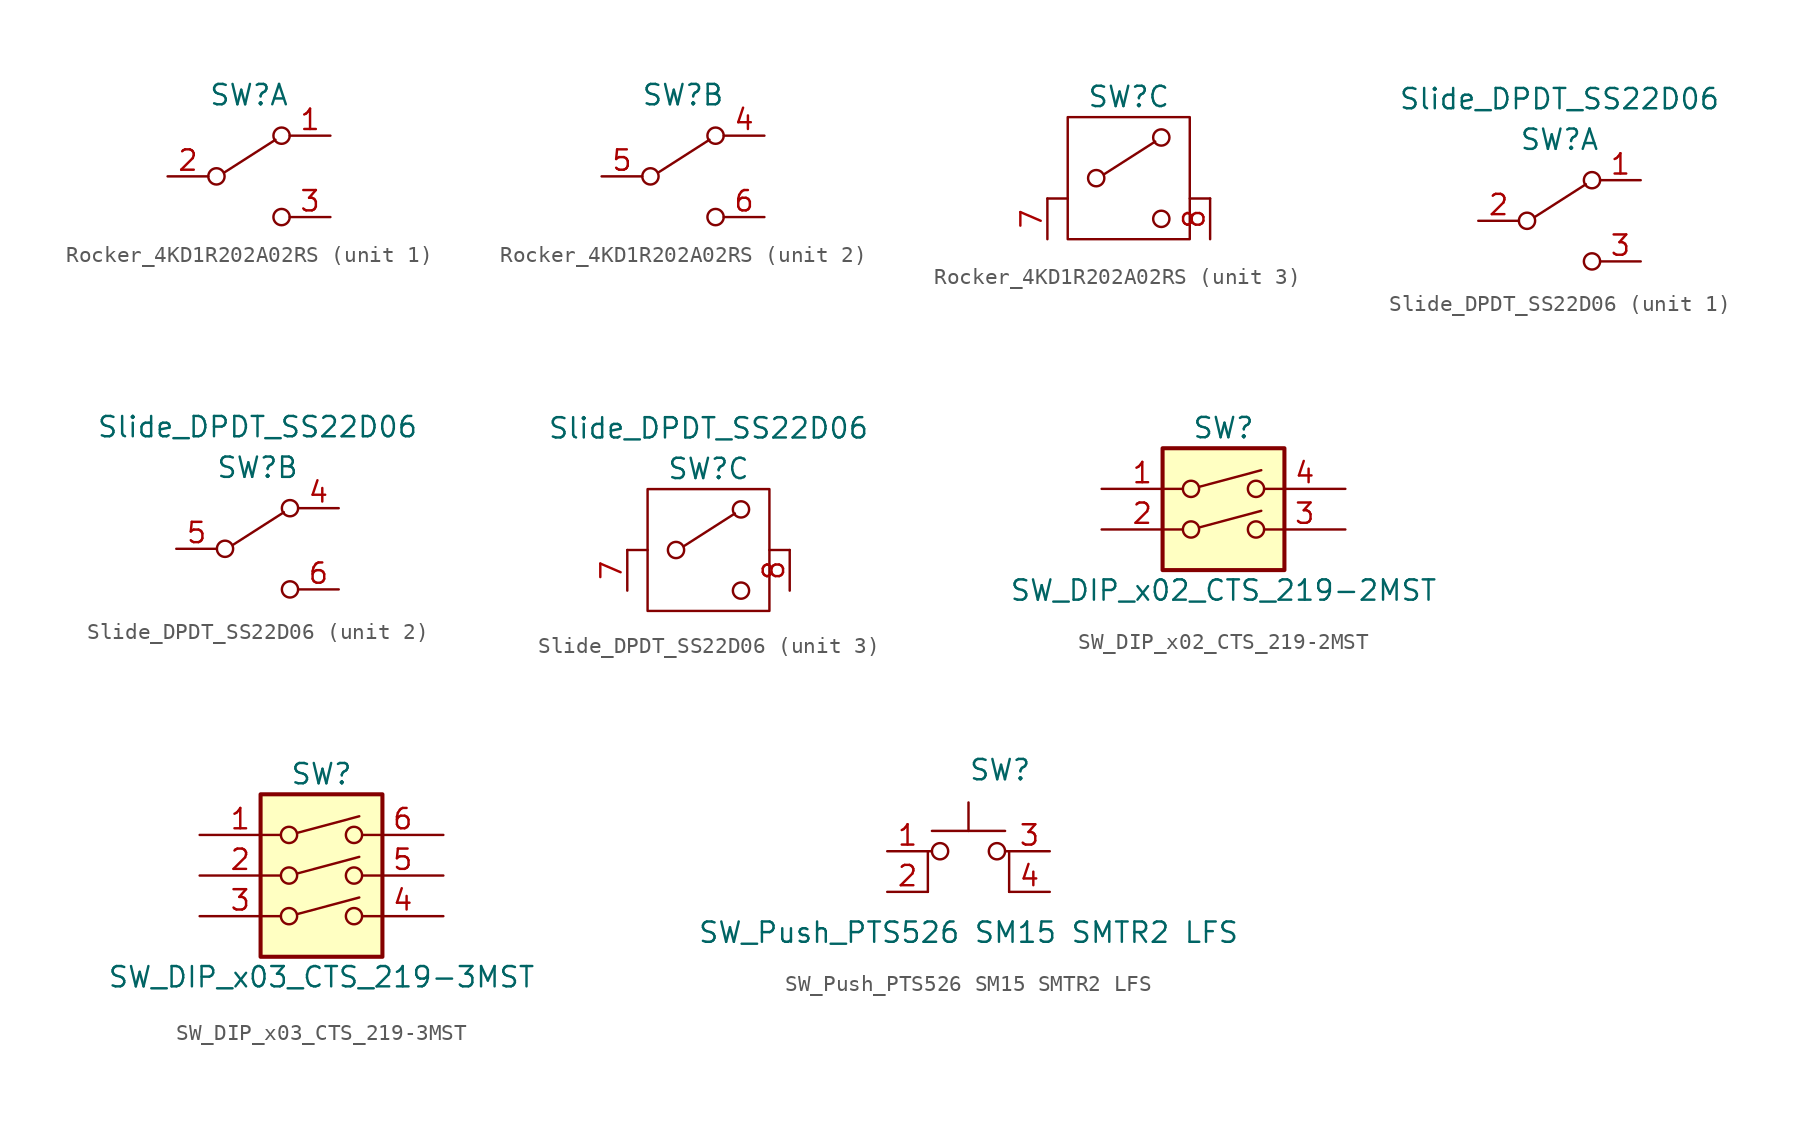
<source format=kicad_sym>
(kicad_symbol_lib
  (version 20241209)
  (generator "kicad_symbol_editor")
  (generator_version "9.0")
  (symbol "Rocker_4KD1R202A02RS"
    (pin_names
      (offset 0)
      (hide yes))
    (property "Reference" "SW"
      (at 0 5.08 0)
      (effects (font (size 1.27 1.27))))
    (property "ki_locked" ""
      (at 0 0 0)
      (effects (font (size 1.27 1.27))))
    (symbol "Rocker_4KD1R202A02RS_0_0"
      (circle (center -2.032 0) (radius 0.508) (stroke (width 0) (type default)) (fill (type none)))
      (circle (center 2.032 -2.54) (radius 0.508) (stroke (width 0) (type default)) (fill (type none))))
    (symbol "Rocker_4KD1R202A02RS_0_1"
      (polyline (pts (xy -1.524 0.254) (xy 1.651 2.286)) (stroke (width 0) (type default)) (fill (type none)))
      (circle (center 2.032 2.54) (radius 0.508) (stroke (width 0) (type default)) (fill (type none))))
    (symbol "Rocker_4KD1R202A02RS_1_1"
      (pin passive line (at -5.08 0 0) (length 2.54) (name "B" (effects (font (size 1.27 1.27)))) (number "2" (effects (font (size 1.27 1.27)))))
      (pin passive line (at 5.08 2.54 180) (length 2.54) (name "A" (effects (font (size 1.27 1.27)))) (number "1" (effects (font (size 1.27 1.27)))))
      (pin passive line (at 5.08 -2.54 180) (length 2.54) (name "C" (effects (font (size 1.27 1.27)))) (number "3" (effects (font (size 1.27 1.27))))))
    (symbol "Rocker_4KD1R202A02RS_2_1"
      (pin passive line (at -5.08 0 0) (length 2.54) (name "B" (effects (font (size 1.27 1.27)))) (number "5" (effects (font (size 1.27 1.27)))))
      (pin passive line (at 5.08 2.54 180) (length 2.54) (name "A" (effects (font (size 1.27 1.27)))) (number "4" (effects (font (size 1.27 1.27)))))
      (pin passive line (at 5.08 -2.54 180) (length 2.54) (name "C" (effects (font (size 1.27 1.27)))) (number "6" (effects (font (size 1.27 1.27))))))
    (symbol "Rocker_4KD1R202A02RS_3_1"
      (polyline (pts (xy -5.08 -1.27) (xy -3.81 -1.27)) (stroke (width 0) (type default)) (fill (type none)))
      (rectangle (start -3.81 3.81) (end 3.81 -3.81) (stroke (width 0) (type default)) (fill (type none)))
      (polyline (pts (xy 5.08 -1.27) (xy 3.81 -1.27)) (stroke (width 0) (type default)) (fill (type none)))
      (pin passive line (at -5.08 -3.81 90) (length 2.54) (name "SHIELD" (effects (font (size 1.27 1.27)))) (number "7" (effects (font (size 1.27 1.27)))))
      (pin passive line (at 5.08 -3.81 90) (length 2.54) (name "SHIELD" (effects (font (size 1.27 1.27)))) (number "8" (effects (font (size 1.27 1.27)))))))
  (symbol "Slide_DPDT_SS22D06"
    (pin_names
      (offset 0)
      (hide yes))
    (property "Reference" "SW"
      (at 0 5.08 0)
      (effects (font (size 1.27 1.27))))
    (property "Value" "Slide_DPDT_SS22D06"
      (at 0 7.62 0)
      (effects (font (size 1.27 1.27))))
    (property "ki_locked" ""
      (at 0 0 0)
      (effects (font (size 1.27 1.27))))
    (symbol "Slide_DPDT_SS22D06_0_0"
      (circle (center -2.032 0) (radius 0.508) (stroke (width 0) (type default)) (fill (type none)))
      (circle (center 2.032 -2.54) (radius 0.508) (stroke (width 0) (type default)) (fill (type none))))
    (symbol "Slide_DPDT_SS22D06_0_1"
      (polyline (pts (xy -1.524 0.254) (xy 1.651 2.286)) (stroke (width 0) (type default)) (fill (type none)))
      (circle (center 2.032 2.54) (radius 0.508) (stroke (width 0) (type default)) (fill (type none))))
    (symbol "Slide_DPDT_SS22D06_1_1"
      (pin passive line (at -5.08 0 0) (length 2.54) (name "B" (effects (font (size 1.27 1.27)))) (number "2" (effects (font (size 1.27 1.27)))))
      (pin passive line (at 5.08 2.54 180) (length 2.54) (name "A" (effects (font (size 1.27 1.27)))) (number "1" (effects (font (size 1.27 1.27)))))
      (pin passive line (at 5.08 -2.54 180) (length 2.54) (name "C" (effects (font (size 1.27 1.27)))) (number "3" (effects (font (size 1.27 1.27))))))
    (symbol "Slide_DPDT_SS22D06_2_1"
      (pin passive line (at -5.08 0 0) (length 2.54) (name "B" (effects (font (size 1.27 1.27)))) (number "5" (effects (font (size 1.27 1.27)))))
      (pin passive line (at 5.08 2.54 180) (length 2.54) (name "A" (effects (font (size 1.27 1.27)))) (number "4" (effects (font (size 1.27 1.27)))))
      (pin passive line (at 5.08 -2.54 180) (length 2.54) (name "C" (effects (font (size 1.27 1.27)))) (number "6" (effects (font (size 1.27 1.27))))))
    (symbol "Slide_DPDT_SS22D06_3_1"
      (polyline (pts (xy -5.08 0) (xy -3.81 0)) (stroke (width 0) (type default)) (fill (type none)))
      (rectangle (start -3.81 3.81) (end 3.81 -3.81) (stroke (width 0) (type default)) (fill (type none)))
      (polyline (pts (xy 5.08 0) (xy 3.81 0)) (stroke (width 0) (type default)) (fill (type none)))
      (pin passive line (at -5.08 -2.54 90) (length 2.54) (name "SHIELD" (effects (font (size 1.27 1.27)))) (number "7" (effects (font (size 1.27 1.27)))))
      (pin passive line (at 5.08 -2.54 90) (length 2.54) (name "SHIELD" (effects (font (size 1.27 1.27)))) (number "8" (effects (font (size 1.27 1.27)))))))
  (symbol "SW_DIP_x02_CTS_219-2MST"
    (pin_names
      (offset 0)
      (hide yes))
    (property "Reference" "SW"
      (at 0 6.35 0)
      (effects (font (size 1.27 1.27))))
    (property "Value" "SW_DIP_x02_CTS_219-2MST"
      (at 0 -3.81 0)
      (effects (font (size 1.27 1.27))))
    (symbol "SW_DIP_x02_CTS_219-2MST_0_0"
      (circle (center -2.032 2.54) (radius 0.508) (stroke (width 0) (type default)) (fill (type none)))
      (circle (center -2.032 0) (radius 0.508) (stroke (width 0) (type default)) (fill (type none)))
      (polyline (pts (xy -1.524 2.667) (xy 2.362 3.708)) (stroke (width 0) (type default)) (fill (type none)))
      (polyline (pts (xy -1.524 0.127) (xy 2.362 1.168)) (stroke (width 0) (type default)) (fill (type none)))
      (circle (center 2.032 2.54) (radius 0.508) (stroke (width 0) (type default)) (fill (type none)))
      (circle (center 2.032 0) (radius 0.508) (stroke (width 0) (type default)) (fill (type none))))
    (symbol "SW_DIP_x02_CTS_219-2MST_0_1"
      (rectangle (start -3.81 5.08) (end 3.81 -2.54) (stroke (width 0.254) (type default)) (fill (type background))))
    (symbol "SW_DIP_x02_CTS_219-2MST_1_1"
      (pin passive line (at -7.62 2.54 0) (length 5.08) (name "~" (effects (font (size 1.27 1.27)))) (number "1" (effects (font (size 1.27 1.27)))))
      (pin passive line (at -7.62 0 0) (length 5.08) (name "~" (effects (font (size 1.27 1.27)))) (number "2" (effects (font (size 1.27 1.27)))))
      (pin passive line (at 7.62 2.54 180) (length 5.08) (name "~" (effects (font (size 1.27 1.27)))) (number "4" (effects (font (size 1.27 1.27)))))
      (pin passive line (at 7.62 0 180) (length 5.08) (name "~" (effects (font (size 1.27 1.27)))) (number "3" (effects (font (size 1.27 1.27)))))))
  (symbol "SW_DIP_x03_CTS_219-3MST"
    (pin_names
      (offset 0)
      (hide yes))
    (property "Reference" "SW"
      (at 0 8.89 0)
      (effects (font (size 1.27 1.27))))
    (property "Value" "SW_DIP_x03_CTS_219-3MST"
      (at 0 -3.81 0)
      (effects (font (size 1.27 1.27))))
    (symbol "SW_DIP_x03_CTS_219-3MST_0_0"
      (circle (center -2.032 5.08) (radius 0.508) (stroke (width 0) (type default)) (fill (type none)))
      (circle (center -2.032 2.54) (radius 0.508) (stroke (width 0) (type default)) (fill (type none)))
      (circle (center -2.032 0) (radius 0.508) (stroke (width 0) (type default)) (fill (type none)))
      (polyline (pts (xy -1.524 5.207) (xy 2.362 6.248)) (stroke (width 0) (type default)) (fill (type none)))
      (polyline (pts (xy -1.524 2.667) (xy 2.362 3.708)) (stroke (width 0) (type default)) (fill (type none)))
      (polyline (pts (xy -1.524 0.127) (xy 2.362 1.168)) (stroke (width 0) (type default)) (fill (type none)))
      (circle (center 2.032 5.08) (radius 0.508) (stroke (width 0) (type default)) (fill (type none)))
      (circle (center 2.032 2.54) (radius 0.508) (stroke (width 0) (type default)) (fill (type none)))
      (circle (center 2.032 0) (radius 0.508) (stroke (width 0) (type default)) (fill (type none))))
    (symbol "SW_DIP_x03_CTS_219-3MST_0_1"
      (rectangle (start -3.81 7.62) (end 3.81 -2.54) (stroke (width 0.254) (type default)) (fill (type background))))
    (symbol "SW_DIP_x03_CTS_219-3MST_1_1"
      (pin passive line (at -7.62 5.08 0) (length 5.08) (name "~" (effects (font (size 1.27 1.27)))) (number "1" (effects (font (size 1.27 1.27)))))
      (pin passive line (at -7.62 2.54 0) (length 5.08) (name "~" (effects (font (size 1.27 1.27)))) (number "2" (effects (font (size 1.27 1.27)))))
      (pin passive line (at -7.62 0 0) (length 5.08) (name "~" (effects (font (size 1.27 1.27)))) (number "3" (effects (font (size 1.27 1.27)))))
      (pin passive line (at 7.62 5.08 180) (length 5.08) (name "~" (effects (font (size 1.27 1.27)))) (number "6" (effects (font (size 1.27 1.27)))))
      (pin passive line (at 7.62 2.54 180) (length 5.08) (name "~" (effects (font (size 1.27 1.27)))) (number "5" (effects (font (size 1.27 1.27)))))
      (pin passive line (at 7.62 0 180) (length 5.08) (name "~" (effects (font (size 1.27 1.27)))) (number "4" (effects (font (size 1.27 1.27)))))))
  (symbol "SW_Push_PTS526 SM15 SMTR2 LFS"
    (pin_names
      (offset 1.016)
      (hide yes))
    (property "Reference" "SW"
      (at 0 6.35 0)
      (effects (font (size 1.27 1.27)) (justify left)))
    (property "Value" "SW_Push_PTS526 SM15 SMTR2 LFS"
      (at 0 -3.81 0)
      (effects (font (size 1.27 1.27))))
    (symbol "SW_Push_PTS526 SM15 SMTR2 LFS_0_1"
      (polyline (pts (xy -2.54 -1.27) (xy -2.54 1.27) (xy -2.286 1.27)) (stroke (width 0) (type default)) (fill (type none)))
      (polyline (pts (xy -2.286 2.54) (xy 2.286 2.54)) (stroke (width 0) (type default)) (fill (type none)))
      (circle (center -1.778 1.27) (radius 0.508) (stroke (width 0) (type default)) (fill (type none)))
      (polyline (pts (xy 0 2.54) (xy 0 4.318)) (stroke (width 0) (type default)) (fill (type none)))
      (circle (center 1.778 1.27) (radius 0.508) (stroke (width 0) (type default)) (fill (type none)))
      (polyline (pts (xy 2.54 -1.27) (xy 2.54 1.27) (xy 2.286 1.27)) (stroke (width 0) (type default)) (fill (type none)))
      (pin passive line (at -5.08 1.27 0) (length 2.54) (name "1" (effects (font (size 1.27 1.27)))) (number "1" (effects (font (size 1.27 1.27)))))
      (pin passive line (at -5.08 -1.27 0) (length 2.54) (name "2" (effects (font (size 1.27 1.27)))) (number "2" (effects (font (size 1.27 1.27)))))
      (pin passive line (at 5.08 1.27 180) (length 2.54) (name "3" (effects (font (size 1.27 1.27)))) (number "3" (effects (font (size 1.27 1.27)))))
      (pin passive line (at 5.08 -1.27 180) (length 2.54) (name "4" (effects (font (size 1.27 1.27)))) (number "4" (effects (font (size 1.27 1.27))))))))
</source>
